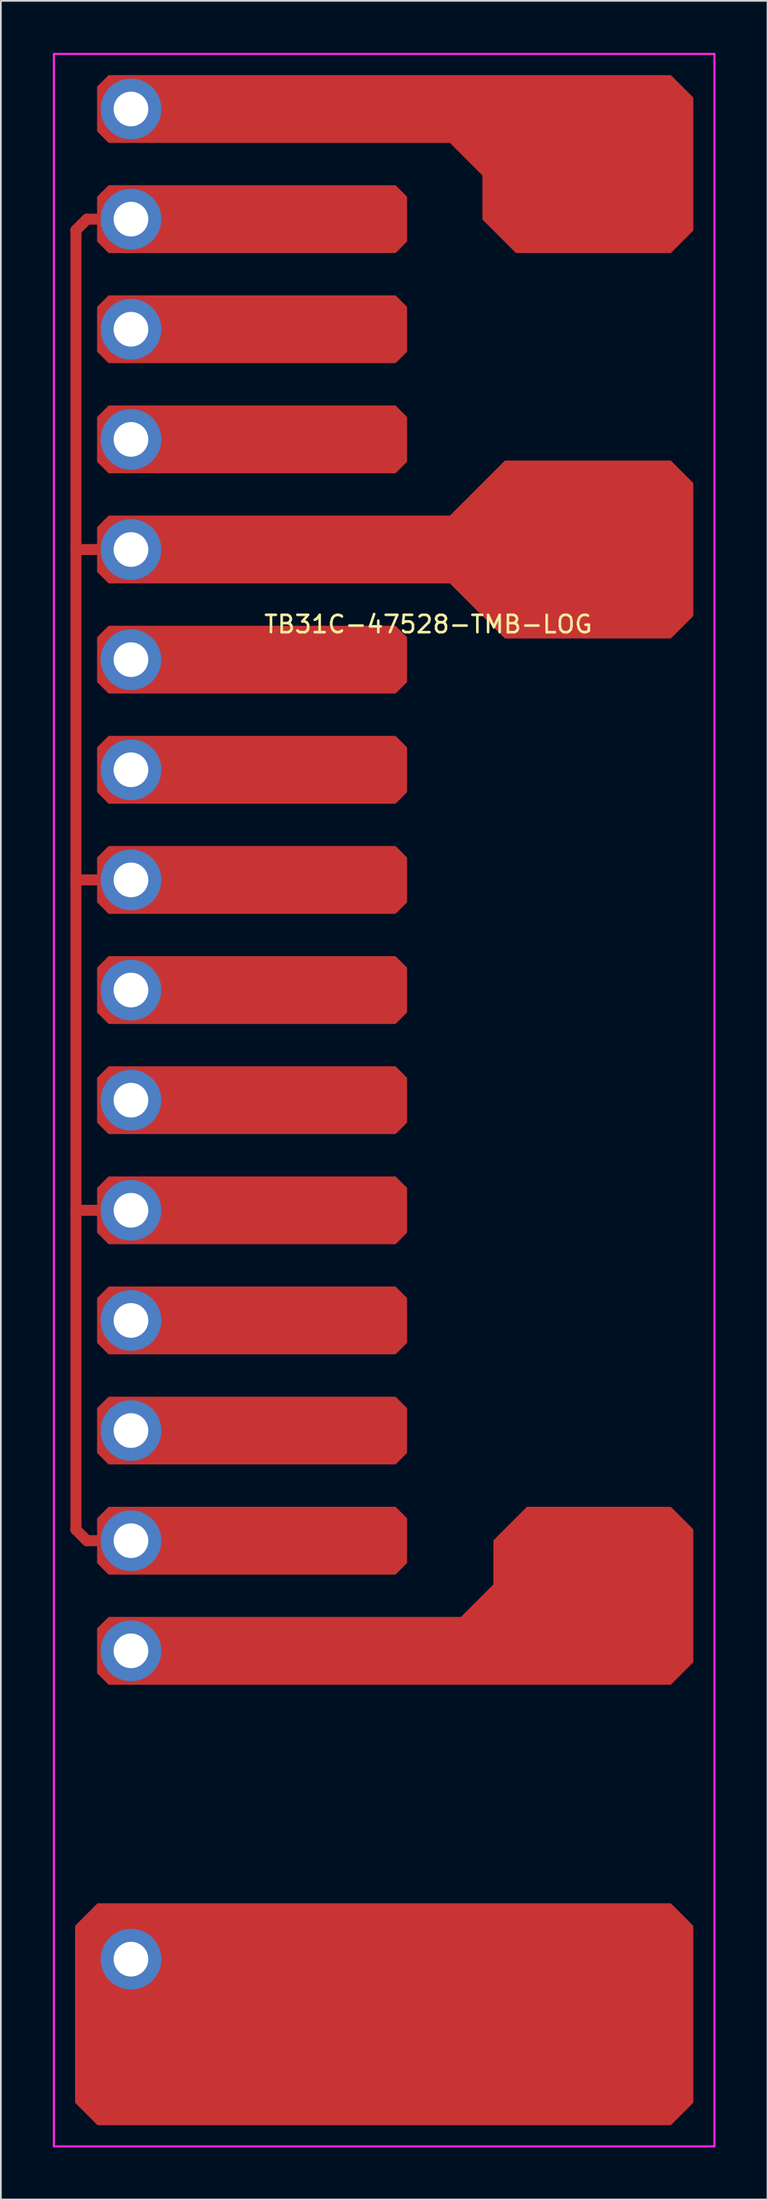
<source format=kicad_pcb>
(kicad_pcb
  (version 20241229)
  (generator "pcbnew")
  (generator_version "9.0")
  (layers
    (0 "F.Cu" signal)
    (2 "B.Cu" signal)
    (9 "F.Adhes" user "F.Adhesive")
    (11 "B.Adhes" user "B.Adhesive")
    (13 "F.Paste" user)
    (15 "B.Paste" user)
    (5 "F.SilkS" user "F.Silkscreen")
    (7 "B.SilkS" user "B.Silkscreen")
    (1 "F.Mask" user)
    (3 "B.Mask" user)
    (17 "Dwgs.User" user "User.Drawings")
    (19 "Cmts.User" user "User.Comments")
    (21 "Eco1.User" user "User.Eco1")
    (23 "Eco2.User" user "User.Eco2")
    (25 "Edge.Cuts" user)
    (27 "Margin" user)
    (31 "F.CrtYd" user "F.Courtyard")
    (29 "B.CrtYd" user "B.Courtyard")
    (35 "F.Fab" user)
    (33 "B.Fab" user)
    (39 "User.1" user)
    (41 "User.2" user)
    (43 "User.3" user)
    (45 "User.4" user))
  (footprint "TB31C-47528-TMB-LOG"
    (layer "F.Cu")
    (at 15.3 48.32)
    (property "Reference" "TB31C-47528-TMB-LOG" (at 6.35 -15.375 0) (layer "F.SilkS") (effects (font (size 1 1) (thickness 0.15))))
    (attr through_hole)
    (fp_line (start -13.97 -38.1) (end -13.97 36.83) (stroke (width 0.635) (type solid)) (layer "F.Cu"))
    (fp_line (start -13.97 -38.1) (end -13.335 -38.735) (stroke (width 0.635) (type solid)) (layer "F.Cu"))
    (fp_line (start -13.97 -19.685) (end -12.065 -19.685) (stroke (width 0.635) (type solid)) (layer "F.Cu"))
    (fp_line (start -13.97 -0.635) (end -12.065 -0.635) (stroke (width 0.635) (type solid)) (layer "F.Cu"))
    (fp_line (start -13.97 18.415) (end -12.065 18.415) (stroke (width 0.635) (type solid)) (layer "F.Cu"))
    (fp_line (start -13.97 36.83) (end -13.335 37.465) (stroke (width 0.635) (type solid)) (layer "F.Cu"))
    (fp_line (start -13.335 -38.735) (end -12.065 -38.735) (stroke (width 0.635) (type solid)) (layer "F.Cu"))
    (fp_line (start -13.335 37.465) (end -12.065 37.465) (stroke (width 0.635) (type solid)) (layer "F.Cu"))
    (fp_poly (pts (xy 5.08 -40.005) (xy 5.08 -37.465) (xy 4.445 -36.83) (xy -12.065 -36.83) (xy -12.7 -37.465) (xy -12.7 -40.005) (xy -12.065 -40.64) (xy 4.445 -40.64)) (stroke (width 0.1) (type solid)) (fill yes) (layer "F.Cu"))
    (fp_poly (pts (xy 5.08 -33.655) (xy 5.08 -31.115) (xy 4.445 -30.48) (xy -12.065 -30.48) (xy -12.7 -31.115) (xy -12.7 -33.655) (xy -12.065 -34.29) (xy 4.445 -34.29)) (stroke (width 0.1) (type solid)) (fill yes) (layer "F.Cu"))
    (fp_poly (pts (xy 5.08 -27.305) (xy 5.08 -24.765) (xy 4.445 -24.13) (xy -12.065 -24.13) (xy -12.7 -24.765) (xy -12.7 -27.305) (xy -12.065 -27.94) (xy 4.445 -27.94)) (stroke (width 0.1) (type solid)) (fill yes) (layer "F.Cu"))
    (fp_poly (pts (xy 5.08 -14.605) (xy 5.08 -12.065) (xy 4.445 -11.43) (xy -12.065 -11.43) (xy -12.7 -12.065) (xy -12.7 -14.605) (xy -12.065 -15.24) (xy 4.445 -15.24)) (stroke (width 0.1) (type solid)) (fill yes) (layer "F.Cu"))
    (fp_poly (pts (xy 5.08 -8.255) (xy 5.08 -5.715) (xy 4.445 -5.08) (xy -12.065 -5.08) (xy -12.7 -5.715) (xy -12.7 -8.255) (xy -12.065 -8.89) (xy 4.445 -8.89)) (stroke (width 0.1) (type solid)) (fill yes) (layer "F.Cu"))
    (fp_poly (pts (xy 5.08 -1.905) (xy 5.08 0.635) (xy 4.445 1.27) (xy -12.065 1.27) (xy -12.7 0.635) (xy -12.7 -1.905) (xy -12.065 -2.54) (xy 4.445 -2.54)) (stroke (width 0.1) (type solid)) (fill yes) (layer "F.Cu"))
    (fp_poly (pts (xy 5.08 4.445) (xy 5.08 6.985) (xy 4.445 7.62) (xy -12.065 7.62) (xy -12.7 6.985) (xy -12.7 4.445) (xy -12.065 3.81) (xy 4.445 3.81)) (stroke (width 0.1) (type solid)) (fill yes) (layer "F.Cu"))
    (fp_poly (pts (xy 5.08 10.795) (xy 5.08 13.335) (xy 4.445 13.97) (xy -12.065 13.97) (xy -12.7 13.335) (xy -12.7 10.795) (xy -12.065 10.16) (xy 4.445 10.16)) (stroke (width 0.1) (type solid)) (fill yes) (layer "F.Cu"))
    (fp_poly (pts (xy 5.08 17.145) (xy 5.08 19.685) (xy 4.445 20.32) (xy -12.065 20.32) (xy -12.7 19.685) (xy -12.7 17.145) (xy -12.065 16.51) (xy 4.445 16.51)) (stroke (width 0.1) (type solid)) (fill yes) (layer "F.Cu"))
    (fp_poly (pts (xy 5.08 23.495) (xy 5.08 26.035) (xy 4.445 26.67) (xy -12.065 26.67) (xy -12.7 26.035) (xy -12.7 23.495) (xy -12.065 22.86) (xy 4.445 22.86)) (stroke (width 0.1) (type solid)) (fill yes) (layer "F.Cu"))
    (fp_poly (pts (xy 5.08 29.845) (xy 5.08 32.385) (xy 4.445 33.02) (xy -12.065 33.02) (xy -12.7 32.385) (xy -12.7 29.845) (xy -12.065 29.21) (xy 4.445 29.21)) (stroke (width 0.1) (type solid)) (fill yes) (layer "F.Cu"))
    (fp_poly (pts (xy 5.08 36.195) (xy 5.08 38.735) (xy 4.445 39.37) (xy -12.065 39.37) (xy -12.7 38.735) (xy -12.7 36.195) (xy -12.065 35.56) (xy 4.445 35.56)) (stroke (width 0.1) (type solid)) (fill yes) (layer "F.Cu"))
    (fp_poly (pts (xy 21.59 59.69) (xy 21.59 69.85) (xy 20.32 71.12) (xy -12.7 71.12) (xy -13.97 69.85) (xy -13.97 59.69) (xy -12.7 58.42) (xy 20.32 58.42)) (stroke (width 0.1) (type solid)) (fill yes) (layer "F.Cu"))
    (fp_poly (pts (xy 21.59 -45.72) (xy 21.59 -38.1) (xy 20.32 -36.83) (xy 11.43 -36.83) (xy 9.525 -38.735) (xy 9.525 -41.275) (xy 7.62 -43.18) (xy -12.065 -43.18) (xy -12.7 -43.815) (xy -12.7 -46.355) (xy -12.065 -46.99) (xy 20.32 -46.99)) (stroke (width 0.1) (type solid)) (fill yes) (layer "F.Cu"))
    (fp_poly (pts (xy 21.59 -23.495) (xy 21.59 -15.875) (xy 20.32 -14.605) (xy 10.795 -14.605) (xy 7.62 -17.78) (xy -12.065 -17.78) (xy -12.7 -18.415) (xy -12.7 -20.955) (xy -12.065 -21.59) (xy 7.62 -21.59) (xy 10.795 -24.765) (xy 20.32 -24.765)) (stroke (width 0.1) (type solid)) (fill yes) (layer "F.Cu"))
    (fp_poly (pts (xy 21.59 36.83) (xy 21.59 44.45) (xy 20.32 45.72) (xy -12.065 45.72) (xy -12.7 45.085) (xy -12.7 42.545) (xy -12.065 41.91) (xy 8.255 41.91) (xy 10.16 40.005) (xy 10.16 37.465) (xy 12.065 35.56) (xy 20.32 35.56)) (stroke (width 0.1) (type solid)) (fill yes) (layer "F.Cu"))
    (fp_poly (pts (xy 4.889 -39.941) (xy 4.889 -37.529) (xy 4.381 -37.02) (xy -12.002 -37.02) (xy -12.509 -37.529) (xy -12.509 -39.941) (xy -12.002 -40.45) (xy 4.381 -40.45)) (stroke (width 0.1) (type solid)) (fill yes) (layer "F.Mask"))
    (fp_poly (pts (xy 4.889 -33.592) (xy 4.889 -31.178) (xy 4.381 -30.671) (xy -12.002 -30.671) (xy -12.509 -31.178) (xy -12.509 -33.592) (xy -12.002 -34.099) (xy 4.381 -34.099)) (stroke (width 0.1) (type solid)) (fill yes) (layer "F.Mask"))
    (fp_poly (pts (xy 4.889 -27.241) (xy 4.889 -24.828) (xy 4.381 -24.32) (xy -12.002 -24.32) (xy -12.509 -24.828) (xy -12.509 -27.241) (xy -12.002 -27.75) (xy 4.381 -27.75)) (stroke (width 0.1) (type solid)) (fill yes) (layer "F.Mask"))
    (fp_poly (pts (xy 4.889 -14.541) (xy 4.889 -12.129) (xy 4.381 -11.62) (xy -12.002 -11.62) (xy -12.509 -12.129) (xy -12.509 -14.541) (xy -12.002 -15.05) (xy 4.381 -15.05)) (stroke (width 0.1) (type solid)) (fill yes) (layer "F.Mask"))
    (fp_poly (pts (xy 4.889 -8.191) (xy 4.889 -5.779) (xy 4.381 -5.271) (xy -12.002 -5.271) (xy -12.509 -5.779) (xy -12.509 -8.191) (xy -12.002 -8.7) (xy 4.381 -8.7)) (stroke (width 0.1) (type solid)) (fill yes) (layer "F.Mask"))
    (fp_poly (pts (xy 4.889 -1.841) (xy 4.889 0.572) (xy 4.381 1.079) (xy -12.002 1.079) (xy -12.509 0.572) (xy -12.509 -1.841) (xy -12.002 -2.349) (xy 4.381 -2.349)) (stroke (width 0.1) (type solid)) (fill yes) (layer "F.Mask"))
    (fp_poly (pts (xy 4.889 4.508) (xy 4.889 6.921) (xy 4.381 7.429) (xy -12.002 7.429) (xy -12.509 6.921) (xy -12.509 4.508) (xy -12.002 4) (xy 4.381 4)) (stroke (width 0.1) (type solid)) (fill yes) (layer "F.Mask"))
    (fp_poly (pts (xy 4.889 10.858) (xy 4.889 13.271) (xy 4.381 13.78) (xy -12.002 13.78) (xy -12.509 13.271) (xy -12.509 10.858) (xy -12.002 10.351) (xy 4.381 10.351)) (stroke (width 0.1) (type solid)) (fill yes) (layer "F.Mask"))
    (fp_poly (pts (xy 4.889 17.209) (xy 4.889 19.622) (xy 4.381 20.13) (xy -12.002 20.13) (xy -12.509 19.622) (xy -12.509 17.209) (xy -12.002 16.701) (xy 4.381 16.701)) (stroke (width 0.1) (type solid)) (fill yes) (layer "F.Mask"))
    (fp_poly (pts (xy 4.889 23.558) (xy 4.889 25.971) (xy 4.381 26.48) (xy -12.002 26.48) (xy -12.509 25.971) (xy -12.509 23.558) (xy -12.002 23.05) (xy 4.381 23.05)) (stroke (width 0.1) (type solid)) (fill yes) (layer "F.Mask"))
    (fp_poly (pts (xy 4.889 29.909) (xy 4.889 32.322) (xy 4.381 32.83) (xy -12.002 32.83) (xy -12.509 32.322) (xy -12.509 29.909) (xy -12.002 29.401) (xy 4.381 29.401)) (stroke (width 0.1) (type solid)) (fill yes) (layer "F.Mask"))
    (fp_poly (pts (xy 4.889 36.258) (xy 4.889 38.672) (xy 4.381 39.179) (xy -12.002 39.179) (xy -12.509 38.672) (xy -12.509 36.258) (xy -12.002 35.751) (xy 4.381 35.751)) (stroke (width 0.1) (type solid)) (fill yes) (layer "F.Mask"))
    (fp_poly (pts (xy 21.399 59.754) (xy 21.399 69.787) (xy 20.256 70.93) (xy -12.636 70.93) (xy -13.78 69.787) (xy -13.78 59.754) (xy -12.636 58.611) (xy 20.256 58.611)) (stroke (width 0.1) (type solid)) (fill yes) (layer "F.Mask"))
    (fp_poly (pts (xy 21.399 -45.657) (xy 21.399 -38.163) (xy 20.256 -37.02) (xy 11.493 -37.02) (xy 9.716 -38.798) (xy 9.716 -41.339) (xy 7.684 -43.37) (xy -12.002 -43.37) (xy -12.509 -43.879) (xy -12.509 -46.291) (xy -12.002 -46.8) (xy 20.256 -46.8)) (stroke (width 0.1) (type solid)) (fill yes) (layer "F.Mask"))
    (fp_poly (pts (xy 21.399 -23.431) (xy 21.399 -15.938) (xy 20.256 -14.796) (xy 10.858 -14.796) (xy 7.684 -17.971) (xy -12.002 -17.971) (xy -12.509 -18.479) (xy -12.509 -20.892) (xy -12.002 -21.399) (xy 7.684 -21.399) (xy 10.858 -24.575) (xy 20.256 -24.575)) (stroke (width 0.1) (type solid)) (fill yes) (layer "F.Mask"))
    (fp_poly (pts (xy 21.399 36.894) (xy 21.399 44.386) (xy 20.256 45.529) (xy -12.002 45.529) (xy -12.509 45.022) (xy -12.509 42.608) (xy -12.002 42.1) (xy 8.319 42.1) (xy 10.351 40.069) (xy 10.351 37.529) (xy 12.129 35.751) (xy 20.256 35.751)) (stroke (width 0.1) (type solid)) (fill yes) (layer "F.Mask"))
    (fp_line (start -15.24 -48.26) (end -15.24 72.39) (stroke (width 0.12) (type solid)) (layer "F.CrtYd"))
    (fp_line (start -15.24 72.39) (end 22.86 72.39) (stroke (width 0.12) (type solid)) (layer "F.CrtYd"))
    (fp_line (start 22.86 -48.26) (end -15.24 -48.26) (stroke (width 0.12) (type solid)) (layer "F.CrtYd"))
    (fp_line (start 22.86 72.39) (end 22.86 -48.26) (stroke (width 0.12) (type solid)) (layer "F.CrtYd"))
    (pad "1" thru_hole circle (at -10.795 -32.385) (size 3.5 3.5) (drill 2) (layers "*.Cu" "B.Mask"))
    (pad "1" thru_hole circle (at -10.795 -13.335) (size 3.5 3.5) (drill 2) (layers "*.Cu" "B.Mask"))
    (pad "1" thru_hole circle (at -10.795 5.715) (size 3.5 3.5) (drill 2) (layers "*.Cu" "B.Mask"))
    (pad "1" thru_hole circle (at -10.795 24.765) (size 3.5 3.5) (drill 2) (layers "*.Cu" "B.Mask"))
    (pad "1" thru_hole circle (at -10.795 43.815) (size 3.5 3.5) (drill 2) (layers "*.Cu" "B.Mask"))
    (pad "2" thru_hole circle (at -10.795 -38.735) (size 3.5 3.5) (drill 2) (layers "*.Cu" "B.Mask"))
    (pad "2" thru_hole circle (at -10.795 -19.685) (size 3.5 3.5) (drill 2) (layers "*.Cu" "B.Mask"))
    (pad "2" thru_hole circle (at -10.795 -0.635) (size 3.5 3.5) (drill 2) (layers "*.Cu" "B.Mask"))
    (pad "2" thru_hole circle (at -10.795 18.415) (size 3.5 3.5) (drill 2) (layers "*.Cu" "B.Mask"))
    (pad "2" thru_hole circle (at -10.795 37.465) (size 3.5 3.5) (drill 2) (layers "*.Cu" "B.Mask"))
    (pad "3" thru_hole circle (at -10.795 -45.085) (size 3.5 3.5) (drill 2) (layers "*.Cu" "B.Mask"))
    (pad "3" thru_hole circle (at -10.795 -26.035) (size 3.5 3.5) (drill 2) (layers "*.Cu" "B.Mask"))
    (pad "3" thru_hole circle (at -10.795 -6.985) (size 3.5 3.5) (drill 2) (layers "*.Cu" "B.Mask"))
    (pad "3" thru_hole circle (at -10.795 12.065) (size 3.5 3.5) (drill 2) (layers "*.Cu" "B.Mask"))
    (pad "3" thru_hole circle (at -10.795 31.115) (size 3.5 3.5) (drill 2) (layers "*.Cu" "B.Mask"))
    (pad "4" thru_hole circle (at -10.795 61.595) (size 3.5 3.5) (drill 2) (layers "*.Cu" "B.Mask")))
  (gr_rect
    (start -3 -3)
    (end 41.22 123.77)
    (stroke (width 0.1) (type default))
    (fill no)
    (layer "Edge.Cuts")))
</source>
